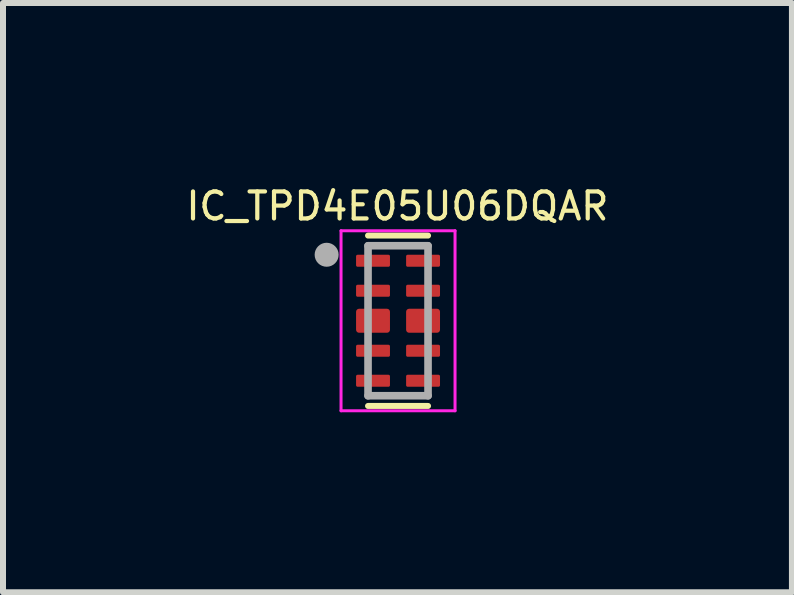
<source format=kicad_pcb>
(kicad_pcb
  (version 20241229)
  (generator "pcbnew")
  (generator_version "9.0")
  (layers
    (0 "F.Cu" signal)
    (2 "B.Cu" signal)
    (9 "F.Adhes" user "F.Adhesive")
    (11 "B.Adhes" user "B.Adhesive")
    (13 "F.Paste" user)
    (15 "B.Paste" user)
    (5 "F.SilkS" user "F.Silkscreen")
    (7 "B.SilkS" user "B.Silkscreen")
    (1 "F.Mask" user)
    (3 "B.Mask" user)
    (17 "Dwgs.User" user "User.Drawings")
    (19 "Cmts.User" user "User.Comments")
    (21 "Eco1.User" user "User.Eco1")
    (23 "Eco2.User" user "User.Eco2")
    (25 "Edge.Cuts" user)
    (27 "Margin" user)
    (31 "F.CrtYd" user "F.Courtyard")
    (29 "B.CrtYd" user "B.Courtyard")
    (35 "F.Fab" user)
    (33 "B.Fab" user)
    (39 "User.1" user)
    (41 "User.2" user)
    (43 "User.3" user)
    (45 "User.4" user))
  (footprint "IC_TPD4E05U06DQAR"
    (layer "F.Cu")
    (at 3.584 2.296)
    (property "Reference" "IC_TPD4E05U06DQAR" (at -0.01 -1.91 0) (layer "F.SilkS") (effects (font (size 0.45 0.45) (thickness 0.07))))
    (attr smd)
    (fp_poly (pts (xy -0.77 1.12) (xy -0.77 0.88) (xy -0.77 0.877) (xy -0.77 0.875) (xy -0.769 0.872) (xy -0.769 0.87) (xy -0.768 0.867) (xy -0.768 0.865) (xy -0.767 0.862) (xy -0.766 0.86) (xy -0.765 0.857) (xy -0.763 0.855) (xy -0.762 0.853) (xy -0.76 0.851) (xy -0.759 0.849) (xy -0.757 0.847) (xy -0.755 0.845) (xy -0.753 0.843) (xy -0.751 0.841) (xy -0.749 0.84) (xy -0.747 0.838) (xy -0.745 0.837) (xy -0.743 0.835) (xy -0.74 0.834) (xy -0.738 0.833) (xy -0.735 0.832) (xy -0.733 0.832) (xy -0.73 0.831) (xy -0.728 0.831) (xy -0.725 0.83) (xy -0.723 0.83) (xy -0.72 0.83) (xy -0.115 0.83) (xy -0.112 0.83) (xy -0.11 0.83) (xy -0.107 0.831) (xy -0.105 0.831) (xy -0.102 0.832) (xy -0.1 0.832) (xy -0.097 0.833) (xy -0.095 0.834) (xy -0.092 0.835) (xy -0.09 0.837) (xy -0.088 0.838) (xy -0.086 0.84) (xy -0.084 0.841) (xy -0.082 0.843) (xy -0.08 0.845) (xy -0.078 0.847) (xy -0.076 0.849) (xy -0.075 0.851) (xy -0.073 0.853) (xy -0.072 0.855) (xy -0.07 0.857) (xy -0.069 0.86) (xy -0.068 0.862) (xy -0.067 0.865) (xy -0.067 0.867) (xy -0.066 0.87) (xy -0.066 0.872) (xy -0.065 0.875) (xy -0.065 0.877) (xy -0.065 0.88) (xy -0.065 1.12) (xy -0.065 1.123) (xy -0.065 1.125) (xy -0.066 1.128) (xy -0.066 1.13) (xy -0.067 1.133) (xy -0.067 1.135) (xy -0.068 1.138) (xy -0.069 1.14) (xy -0.07 1.143) (xy -0.072 1.145) (xy -0.073 1.147) (xy -0.075 1.149) (xy -0.076 1.151) (xy -0.078 1.153) (xy -0.08 1.155) (xy -0.082 1.157) (xy -0.084 1.159) (xy -0.086 1.16) (xy -0.088 1.162) (xy -0.09 1.163) (xy -0.092 1.165) (xy -0.095 1.166) (xy -0.097 1.167) (xy -0.1 1.168) (xy -0.102 1.168) (xy -0.105 1.169) (xy -0.107 1.169) (xy -0.11 1.17) (xy -0.112 1.17) (xy -0.115 1.17) (xy -0.72 1.17) (xy -0.723 1.17) (xy -0.725 1.17) (xy -0.728 1.169) (xy -0.73 1.169) (xy -0.733 1.168) (xy -0.735 1.168) (xy -0.738 1.167) (xy -0.74 1.166) (xy -0.743 1.165) (xy -0.745 1.163) (xy -0.747 1.162) (xy -0.749 1.16) (xy -0.751 1.159) (xy -0.753 1.157) (xy -0.755 1.155) (xy -0.757 1.153) (xy -0.759 1.151) (xy -0.76 1.149) (xy -0.762 1.147) (xy -0.763 1.145) (xy -0.765 1.143) (xy -0.766 1.14) (xy -0.767 1.138) (xy -0.768 1.135) (xy -0.768 1.133) (xy -0.769 1.13) (xy -0.769 1.128) (xy -0.77 1.125) (xy -0.77 1.123) (xy -0.77 1.12)) (stroke (width 0.01) (type solid)) (fill yes) (layer "F.Mask"))
    (fp_poly (pts (xy -0.72 -1.17) (xy -0.115 -1.17) (xy -0.112 -1.17) (xy -0.11 -1.17) (xy -0.107 -1.169) (xy -0.105 -1.169) (xy -0.102 -1.168) (xy -0.1 -1.168) (xy -0.097 -1.167) (xy -0.095 -1.166) (xy -0.092 -1.165) (xy -0.09 -1.163) (xy -0.088 -1.162) (xy -0.086 -1.16) (xy -0.084 -1.159) (xy -0.082 -1.157) (xy -0.08 -1.155) (xy -0.078 -1.153) (xy -0.076 -1.151) (xy -0.075 -1.149) (xy -0.073 -1.147) (xy -0.072 -1.145) (xy -0.07 -1.143) (xy -0.069 -1.14) (xy -0.068 -1.138) (xy -0.067 -1.135) (xy -0.067 -1.133) (xy -0.066 -1.13) (xy -0.066 -1.128) (xy -0.065 -1.125) (xy -0.065 -1.123) (xy -0.065 -1.12) (xy -0.065 -0.88) (xy -0.065 -0.877) (xy -0.065 -0.875) (xy -0.066 -0.872) (xy -0.066 -0.87) (xy -0.067 -0.867) (xy -0.067 -0.865) (xy -0.068 -0.862) (xy -0.069 -0.86) (xy -0.07 -0.857) (xy -0.072 -0.855) (xy -0.073 -0.853) (xy -0.075 -0.851) (xy -0.076 -0.849) (xy -0.078 -0.847) (xy -0.08 -0.845) (xy -0.082 -0.843) (xy -0.084 -0.841) (xy -0.086 -0.84) (xy -0.088 -0.838) (xy -0.09 -0.837) (xy -0.092 -0.835) (xy -0.095 -0.834) (xy -0.097 -0.833) (xy -0.1 -0.832) (xy -0.102 -0.832) (xy -0.105 -0.831) (xy -0.107 -0.831) (xy -0.11 -0.83) (xy -0.112 -0.83) (xy -0.115 -0.83) (xy -0.72 -0.83) (xy -0.723 -0.83) (xy -0.725 -0.83) (xy -0.728 -0.831) (xy -0.73 -0.831) (xy -0.733 -0.832) (xy -0.735 -0.832) (xy -0.738 -0.833) (xy -0.74 -0.834) (xy -0.743 -0.835) (xy -0.745 -0.837) (xy -0.747 -0.838) (xy -0.749 -0.84) (xy -0.751 -0.841) (xy -0.753 -0.843) (xy -0.755 -0.845) (xy -0.757 -0.847) (xy -0.759 -0.849) (xy -0.76 -0.851) (xy -0.762 -0.853) (xy -0.763 -0.855) (xy -0.765 -0.857) (xy -0.766 -0.86) (xy -0.767 -0.862) (xy -0.768 -0.865) (xy -0.768 -0.867) (xy -0.769 -0.87) (xy -0.769 -0.872) (xy -0.77 -0.875) (xy -0.77 -0.877) (xy -0.77 -0.88) (xy -0.77 -1.12) (xy -0.77 -1.123) (xy -0.77 -1.125) (xy -0.769 -1.128) (xy -0.769 -1.13) (xy -0.768 -1.133) (xy -0.768 -1.135) (xy -0.767 -1.138) (xy -0.766 -1.14) (xy -0.765 -1.143) (xy -0.763 -1.145) (xy -0.762 -1.147) (xy -0.76 -1.149) (xy -0.759 -1.151) (xy -0.757 -1.153) (xy -0.755 -1.155) (xy -0.753 -1.157) (xy -0.751 -1.159) (xy -0.749 -1.16) (xy -0.747 -1.162) (xy -0.745 -1.163) (xy -0.743 -1.165) (xy -0.74 -1.166) (xy -0.738 -1.167) (xy -0.735 -1.168) (xy -0.733 -1.168) (xy -0.73 -1.169) (xy -0.728 -1.169) (xy -0.725 -1.17) (xy -0.723 -1.17) (xy -0.72 -1.17)) (stroke (width 0.01) (type solid)) (fill yes) (layer "F.Mask"))
    (fp_poly (pts (xy -0.72 -0.27) (xy -0.115 -0.27) (xy -0.112 -0.27) (xy -0.11 -0.27) (xy -0.107 -0.269) (xy -0.105 -0.269) (xy -0.102 -0.268) (xy -0.1 -0.268) (xy -0.097 -0.267) (xy -0.095 -0.266) (xy -0.092 -0.265) (xy -0.09 -0.263) (xy -0.088 -0.262) (xy -0.086 -0.26) (xy -0.084 -0.259) (xy -0.082 -0.257) (xy -0.08 -0.255) (xy -0.078 -0.253) (xy -0.076 -0.251) (xy -0.075 -0.249) (xy -0.073 -0.247) (xy -0.072 -0.245) (xy -0.07 -0.243) (xy -0.069 -0.24) (xy -0.068 -0.238) (xy -0.067 -0.235) (xy -0.067 -0.233) (xy -0.066 -0.23) (xy -0.066 -0.228) (xy -0.065 -0.225) (xy -0.065 -0.223) (xy -0.065 -0.22) (xy -0.065 0.22) (xy -0.065 0.223) (xy -0.065 0.225) (xy -0.066 0.228) (xy -0.066 0.23) (xy -0.067 0.233) (xy -0.067 0.235) (xy -0.068 0.238) (xy -0.069 0.24) (xy -0.07 0.243) (xy -0.072 0.245) (xy -0.073 0.247) (xy -0.075 0.249) (xy -0.076 0.251) (xy -0.078 0.253) (xy -0.08 0.255) (xy -0.082 0.257) (xy -0.084 0.259) (xy -0.086 0.26) (xy -0.088 0.262) (xy -0.09 0.263) (xy -0.092 0.265) (xy -0.095 0.266) (xy -0.097 0.267) (xy -0.1 0.268) (xy -0.102 0.268) (xy -0.105 0.269) (xy -0.107 0.269) (xy -0.11 0.27) (xy -0.112 0.27) (xy -0.115 0.27) (xy -0.72 0.27) (xy -0.723 0.27) (xy -0.725 0.27) (xy -0.728 0.269) (xy -0.73 0.269) (xy -0.733 0.268) (xy -0.735 0.268) (xy -0.738 0.267) (xy -0.74 0.266) (xy -0.743 0.265) (xy -0.745 0.263) (xy -0.747 0.262) (xy -0.749 0.26) (xy -0.751 0.259) (xy -0.753 0.257) (xy -0.755 0.255) (xy -0.757 0.253) (xy -0.759 0.251) (xy -0.76 0.249) (xy -0.762 0.247) (xy -0.763 0.245) (xy -0.765 0.243) (xy -0.766 0.24) (xy -0.767 0.238) (xy -0.768 0.235) (xy -0.768 0.233) (xy -0.769 0.23) (xy -0.769 0.228) (xy -0.77 0.225) (xy -0.77 0.223) (xy -0.77 0.22) (xy -0.77 -0.22) (xy -0.77 -0.223) (xy -0.77 -0.225) (xy -0.769 -0.228) (xy -0.769 -0.23) (xy -0.768 -0.233) (xy -0.768 -0.235) (xy -0.767 -0.238) (xy -0.766 -0.24) (xy -0.765 -0.243) (xy -0.763 -0.245) (xy -0.762 -0.247) (xy -0.76 -0.249) (xy -0.759 -0.251) (xy -0.757 -0.253) (xy -0.755 -0.255) (xy -0.753 -0.257) (xy -0.751 -0.259) (xy -0.749 -0.26) (xy -0.747 -0.262) (xy -0.745 -0.263) (xy -0.743 -0.265) (xy -0.74 -0.266) (xy -0.738 -0.267) (xy -0.735 -0.268) (xy -0.733 -0.268) (xy -0.73 -0.269) (xy -0.728 -0.269) (xy -0.725 -0.27) (xy -0.723 -0.27) (xy -0.72 -0.27)) (stroke (width 0.01) (type solid)) (fill yes) (layer "F.Mask"))
    (fp_poly (pts (xy -0.065 -0.62) (xy -0.065 -0.38) (xy -0.065 -0.377) (xy -0.065 -0.375) (xy -0.066 -0.372) (xy -0.066 -0.37) (xy -0.067 -0.367) (xy -0.067 -0.365) (xy -0.068 -0.362) (xy -0.069 -0.36) (xy -0.07 -0.357) (xy -0.072 -0.355) (xy -0.073 -0.353) (xy -0.075 -0.351) (xy -0.076 -0.349) (xy -0.078 -0.347) (xy -0.08 -0.345) (xy -0.082 -0.343) (xy -0.084 -0.341) (xy -0.086 -0.34) (xy -0.088 -0.338) (xy -0.09 -0.337) (xy -0.092 -0.335) (xy -0.095 -0.334) (xy -0.097 -0.333) (xy -0.1 -0.332) (xy -0.102 -0.332) (xy -0.105 -0.331) (xy -0.107 -0.331) (xy -0.11 -0.33) (xy -0.112 -0.33) (xy -0.115 -0.33) (xy -0.72 -0.33) (xy -0.723 -0.33) (xy -0.725 -0.33) (xy -0.728 -0.331) (xy -0.73 -0.331) (xy -0.733 -0.332) (xy -0.735 -0.332) (xy -0.738 -0.333) (xy -0.74 -0.334) (xy -0.743 -0.335) (xy -0.745 -0.337) (xy -0.747 -0.338) (xy -0.749 -0.34) (xy -0.751 -0.341) (xy -0.753 -0.343) (xy -0.755 -0.345) (xy -0.757 -0.347) (xy -0.759 -0.349) (xy -0.76 -0.351) (xy -0.762 -0.353) (xy -0.763 -0.355) (xy -0.765 -0.357) (xy -0.766 -0.36) (xy -0.767 -0.362) (xy -0.768 -0.365) (xy -0.768 -0.367) (xy -0.769 -0.37) (xy -0.769 -0.372) (xy -0.77 -0.375) (xy -0.77 -0.377) (xy -0.77 -0.38) (xy -0.77 -0.62) (xy -0.77 -0.623) (xy -0.77 -0.625) (xy -0.769 -0.628) (xy -0.769 -0.63) (xy -0.768 -0.633) (xy -0.768 -0.635) (xy -0.767 -0.638) (xy -0.766 -0.64) (xy -0.765 -0.643) (xy -0.763 -0.645) (xy -0.762 -0.647) (xy -0.76 -0.649) (xy -0.759 -0.651) (xy -0.757 -0.653) (xy -0.755 -0.655) (xy -0.753 -0.657) (xy -0.751 -0.659) (xy -0.749 -0.66) (xy -0.747 -0.662) (xy -0.745 -0.663) (xy -0.743 -0.665) (xy -0.74 -0.666) (xy -0.738 -0.667) (xy -0.735 -0.668) (xy -0.733 -0.668) (xy -0.73 -0.669) (xy -0.728 -0.669) (xy -0.725 -0.67) (xy -0.723 -0.67) (xy -0.72 -0.67) (xy -0.115 -0.67) (xy -0.112 -0.67) (xy -0.11 -0.67) (xy -0.107 -0.669) (xy -0.105 -0.669) (xy -0.102 -0.668) (xy -0.1 -0.668) (xy -0.097 -0.667) (xy -0.095 -0.666) (xy -0.092 -0.665) (xy -0.09 -0.663) (xy -0.088 -0.662) (xy -0.086 -0.66) (xy -0.084 -0.659) (xy -0.082 -0.657) (xy -0.08 -0.655) (xy -0.078 -0.653) (xy -0.076 -0.651) (xy -0.075 -0.649) (xy -0.073 -0.647) (xy -0.072 -0.645) (xy -0.07 -0.643) (xy -0.069 -0.64) (xy -0.068 -0.638) (xy -0.067 -0.635) (xy -0.067 -0.633) (xy -0.066 -0.63) (xy -0.066 -0.628) (xy -0.065 -0.625) (xy -0.065 -0.623) (xy -0.065 -0.62)) (stroke (width 0.01) (type solid)) (fill yes) (layer "F.Mask"))
    (fp_poly (pts (xy -0.065 0.38) (xy -0.065 0.62) (xy -0.065 0.623) (xy -0.065 0.625) (xy -0.066 0.628) (xy -0.066 0.63) (xy -0.067 0.633) (xy -0.067 0.635) (xy -0.068 0.638) (xy -0.069 0.64) (xy -0.07 0.643) (xy -0.072 0.645) (xy -0.073 0.647) (xy -0.075 0.649) (xy -0.076 0.651) (xy -0.078 0.653) (xy -0.08 0.655) (xy -0.082 0.657) (xy -0.084 0.659) (xy -0.086 0.66) (xy -0.088 0.662) (xy -0.09 0.663) (xy -0.092 0.665) (xy -0.095 0.666) (xy -0.097 0.667) (xy -0.1 0.668) (xy -0.102 0.668) (xy -0.105 0.669) (xy -0.107 0.669) (xy -0.11 0.67) (xy -0.112 0.67) (xy -0.115 0.67) (xy -0.72 0.67) (xy -0.723 0.67) (xy -0.725 0.67) (xy -0.728 0.669) (xy -0.73 0.669) (xy -0.733 0.668) (xy -0.735 0.668) (xy -0.738 0.667) (xy -0.74 0.666) (xy -0.743 0.665) (xy -0.745 0.663) (xy -0.747 0.662) (xy -0.749 0.66) (xy -0.751 0.659) (xy -0.753 0.657) (xy -0.755 0.655) (xy -0.757 0.653) (xy -0.759 0.651) (xy -0.76 0.649) (xy -0.762 0.647) (xy -0.763 0.645) (xy -0.765 0.643) (xy -0.766 0.64) (xy -0.767 0.638) (xy -0.768 0.635) (xy -0.768 0.633) (xy -0.769 0.63) (xy -0.769 0.628) (xy -0.77 0.625) (xy -0.77 0.623) (xy -0.77 0.62) (xy -0.77 0.38) (xy -0.77 0.377) (xy -0.77 0.375) (xy -0.769 0.372) (xy -0.769 0.37) (xy -0.768 0.367) (xy -0.768 0.365) (xy -0.767 0.362) (xy -0.766 0.36) (xy -0.765 0.357) (xy -0.763 0.355) (xy -0.762 0.353) (xy -0.76 0.351) (xy -0.759 0.349) (xy -0.757 0.347) (xy -0.755 0.345) (xy -0.753 0.343) (xy -0.751 0.341) (xy -0.749 0.34) (xy -0.747 0.338) (xy -0.745 0.337) (xy -0.743 0.335) (xy -0.74 0.334) (xy -0.738 0.333) (xy -0.735 0.332) (xy -0.733 0.332) (xy -0.73 0.331) (xy -0.728 0.331) (xy -0.725 0.33) (xy -0.723 0.33) (xy -0.72 0.33) (xy -0.115 0.33) (xy -0.112 0.33) (xy -0.11 0.33) (xy -0.107 0.331) (xy -0.105 0.331) (xy -0.102 0.332) (xy -0.1 0.332) (xy -0.097 0.333) (xy -0.095 0.334) (xy -0.092 0.335) (xy -0.09 0.337) (xy -0.088 0.338) (xy -0.086 0.34) (xy -0.084 0.341) (xy -0.082 0.343) (xy -0.08 0.345) (xy -0.078 0.347) (xy -0.076 0.349) (xy -0.075 0.351) (xy -0.073 0.353) (xy -0.072 0.355) (xy -0.07 0.357) (xy -0.069 0.36) (xy -0.068 0.362) (xy -0.067 0.365) (xy -0.067 0.367) (xy -0.066 0.37) (xy -0.066 0.372) (xy -0.065 0.375) (xy -0.065 0.377) (xy -0.065 0.38)) (stroke (width 0.01) (type solid)) (fill yes) (layer "F.Mask"))
    (fp_poly (pts (xy 0.065 -0.38) (xy 0.065 -0.62) (xy 0.065 -0.623) (xy 0.065 -0.625) (xy 0.066 -0.628) (xy 0.066 -0.63) (xy 0.067 -0.633) (xy 0.067 -0.635) (xy 0.068 -0.638) (xy 0.069 -0.64) (xy 0.07 -0.643) (xy 0.072 -0.645) (xy 0.073 -0.647) (xy 0.075 -0.649) (xy 0.076 -0.651) (xy 0.078 -0.653) (xy 0.08 -0.655) (xy 0.082 -0.657) (xy 0.084 -0.659) (xy 0.086 -0.66) (xy 0.088 -0.662) (xy 0.09 -0.663) (xy 0.092 -0.665) (xy 0.095 -0.666) (xy 0.097 -0.667) (xy 0.1 -0.668) (xy 0.102 -0.668) (xy 0.105 -0.669) (xy 0.107 -0.669) (xy 0.11 -0.67) (xy 0.112 -0.67) (xy 0.115 -0.67) (xy 0.72 -0.67) (xy 0.723 -0.67) (xy 0.725 -0.67) (xy 0.728 -0.669) (xy 0.73 -0.669) (xy 0.733 -0.668) (xy 0.735 -0.668) (xy 0.738 -0.667) (xy 0.74 -0.666) (xy 0.743 -0.665) (xy 0.745 -0.663) (xy 0.747 -0.662) (xy 0.749 -0.66) (xy 0.751 -0.659) (xy 0.753 -0.657) (xy 0.755 -0.655) (xy 0.757 -0.653) (xy 0.759 -0.651) (xy 0.76 -0.649) (xy 0.762 -0.647) (xy 0.763 -0.645) (xy 0.765 -0.643) (xy 0.766 -0.64) (xy 0.767 -0.638) (xy 0.768 -0.635) (xy 0.768 -0.633) (xy 0.769 -0.63) (xy 0.769 -0.628) (xy 0.77 -0.625) (xy 0.77 -0.623) (xy 0.77 -0.62) (xy 0.77 -0.38) (xy 0.77 -0.377) (xy 0.77 -0.375) (xy 0.769 -0.372) (xy 0.769 -0.37) (xy 0.768 -0.367) (xy 0.768 -0.365) (xy 0.767 -0.362) (xy 0.766 -0.36) (xy 0.765 -0.357) (xy 0.763 -0.355) (xy 0.762 -0.353) (xy 0.76 -0.351) (xy 0.759 -0.349) (xy 0.757 -0.347) (xy 0.755 -0.345) (xy 0.753 -0.343) (xy 0.751 -0.341) (xy 0.749 -0.34) (xy 0.747 -0.338) (xy 0.745 -0.337) (xy 0.743 -0.335) (xy 0.74 -0.334) (xy 0.738 -0.333) (xy 0.735 -0.332) (xy 0.733 -0.332) (xy 0.73 -0.331) (xy 0.728 -0.331) (xy 0.725 -0.33) (xy 0.723 -0.33) (xy 0.72 -0.33) (xy 0.115 -0.33) (xy 0.112 -0.33) (xy 0.11 -0.33) (xy 0.107 -0.331) (xy 0.105 -0.331) (xy 0.102 -0.332) (xy 0.1 -0.332) (xy 0.097 -0.333) (xy 0.095 -0.334) (xy 0.092 -0.335) (xy 0.09 -0.337) (xy 0.088 -0.338) (xy 0.086 -0.34) (xy 0.084 -0.341) (xy 0.082 -0.343) (xy 0.08 -0.345) (xy 0.078 -0.347) (xy 0.076 -0.349) (xy 0.075 -0.351) (xy 0.073 -0.353) (xy 0.072 -0.355) (xy 0.07 -0.357) (xy 0.069 -0.36) (xy 0.068 -0.362) (xy 0.067 -0.365) (xy 0.067 -0.367) (xy 0.066 -0.37) (xy 0.066 -0.372) (xy 0.065 -0.375) (xy 0.065 -0.377) (xy 0.065 -0.38)) (stroke (width 0.01) (type solid)) (fill yes) (layer "F.Mask"))
    (fp_poly (pts (xy 0.065 0.62) (xy 0.065 0.38) (xy 0.065 0.377) (xy 0.065 0.375) (xy 0.066 0.372) (xy 0.066 0.37) (xy 0.067 0.367) (xy 0.067 0.365) (xy 0.068 0.362) (xy 0.069 0.36) (xy 0.07 0.357) (xy 0.072 0.355) (xy 0.073 0.353) (xy 0.075 0.351) (xy 0.076 0.349) (xy 0.078 0.347) (xy 0.08 0.345) (xy 0.082 0.343) (xy 0.084 0.341) (xy 0.086 0.34) (xy 0.088 0.338) (xy 0.09 0.337) (xy 0.092 0.335) (xy 0.095 0.334) (xy 0.097 0.333) (xy 0.1 0.332) (xy 0.102 0.332) (xy 0.105 0.331) (xy 0.107 0.331) (xy 0.11 0.33) (xy 0.112 0.33) (xy 0.115 0.33) (xy 0.72 0.33) (xy 0.723 0.33) (xy 0.725 0.33) (xy 0.728 0.331) (xy 0.73 0.331) (xy 0.733 0.332) (xy 0.735 0.332) (xy 0.738 0.333) (xy 0.74 0.334) (xy 0.743 0.335) (xy 0.745 0.337) (xy 0.747 0.338) (xy 0.749 0.34) (xy 0.751 0.341) (xy 0.753 0.343) (xy 0.755 0.345) (xy 0.757 0.347) (xy 0.759 0.349) (xy 0.76 0.351) (xy 0.762 0.353) (xy 0.763 0.355) (xy 0.765 0.357) (xy 0.766 0.36) (xy 0.767 0.362) (xy 0.768 0.365) (xy 0.768 0.367) (xy 0.769 0.37) (xy 0.769 0.372) (xy 0.77 0.375) (xy 0.77 0.377) (xy 0.77 0.38) (xy 0.77 0.62) (xy 0.77 0.623) (xy 0.77 0.625) (xy 0.769 0.628) (xy 0.769 0.63) (xy 0.768 0.633) (xy 0.768 0.635) (xy 0.767 0.638) (xy 0.766 0.64) (xy 0.765 0.643) (xy 0.763 0.645) (xy 0.762 0.647) (xy 0.76 0.649) (xy 0.759 0.651) (xy 0.757 0.653) (xy 0.755 0.655) (xy 0.753 0.657) (xy 0.751 0.659) (xy 0.749 0.66) (xy 0.747 0.662) (xy 0.745 0.663) (xy 0.743 0.665) (xy 0.74 0.666) (xy 0.738 0.667) (xy 0.735 0.668) (xy 0.733 0.668) (xy 0.73 0.669) (xy 0.728 0.669) (xy 0.725 0.67) (xy 0.723 0.67) (xy 0.72 0.67) (xy 0.115 0.67) (xy 0.112 0.67) (xy 0.11 0.67) (xy 0.107 0.669) (xy 0.105 0.669) (xy 0.102 0.668) (xy 0.1 0.668) (xy 0.097 0.667) (xy 0.095 0.666) (xy 0.092 0.665) (xy 0.09 0.663) (xy 0.088 0.662) (xy 0.086 0.66) (xy 0.084 0.659) (xy 0.082 0.657) (xy 0.08 0.655) (xy 0.078 0.653) (xy 0.076 0.651) (xy 0.075 0.649) (xy 0.073 0.647) (xy 0.072 0.645) (xy 0.07 0.643) (xy 0.069 0.64) (xy 0.068 0.638) (xy 0.067 0.635) (xy 0.067 0.633) (xy 0.066 0.63) (xy 0.066 0.628) (xy 0.065 0.625) (xy 0.065 0.623) (xy 0.065 0.62)) (stroke (width 0.01) (type solid)) (fill yes) (layer "F.Mask"))
    (fp_poly (pts (xy 0.115 -1.17) (xy 0.72 -1.17) (xy 0.723 -1.17) (xy 0.725 -1.17) (xy 0.728 -1.169) (xy 0.73 -1.169) (xy 0.733 -1.168) (xy 0.735 -1.168) (xy 0.738 -1.167) (xy 0.74 -1.166) (xy 0.743 -1.165) (xy 0.745 -1.163) (xy 0.747 -1.162) (xy 0.749 -1.16) (xy 0.751 -1.159) (xy 0.753 -1.157) (xy 0.755 -1.155) (xy 0.757 -1.153) (xy 0.759 -1.151) (xy 0.76 -1.149) (xy 0.762 -1.147) (xy 0.763 -1.145) (xy 0.765 -1.143) (xy 0.766 -1.14) (xy 0.767 -1.138) (xy 0.768 -1.135) (xy 0.768 -1.133) (xy 0.769 -1.13) (xy 0.769 -1.128) (xy 0.77 -1.125) (xy 0.77 -1.123) (xy 0.77 -1.12) (xy 0.77 -0.88) (xy 0.77 -0.877) (xy 0.77 -0.875) (xy 0.769 -0.872) (xy 0.769 -0.87) (xy 0.768 -0.867) (xy 0.768 -0.865) (xy 0.767 -0.862) (xy 0.766 -0.86) (xy 0.765 -0.857) (xy 0.763 -0.855) (xy 0.762 -0.853) (xy 0.76 -0.851) (xy 0.759 -0.849) (xy 0.757 -0.847) (xy 0.755 -0.845) (xy 0.753 -0.843) (xy 0.751 -0.841) (xy 0.749 -0.84) (xy 0.747 -0.838) (xy 0.745 -0.837) (xy 0.743 -0.835) (xy 0.74 -0.834) (xy 0.738 -0.833) (xy 0.735 -0.832) (xy 0.733 -0.832) (xy 0.73 -0.831) (xy 0.728 -0.831) (xy 0.725 -0.83) (xy 0.723 -0.83) (xy 0.72 -0.83) (xy 0.115 -0.83) (xy 0.112 -0.83) (xy 0.11 -0.83) (xy 0.107 -0.831) (xy 0.105 -0.831) (xy 0.102 -0.832) (xy 0.1 -0.832) (xy 0.097 -0.833) (xy 0.095 -0.834) (xy 0.092 -0.835) (xy 0.09 -0.837) (xy 0.088 -0.838) (xy 0.086 -0.84) (xy 0.084 -0.841) (xy 0.082 -0.843) (xy 0.08 -0.845) (xy 0.078 -0.847) (xy 0.076 -0.849) (xy 0.075 -0.851) (xy 0.073 -0.853) (xy 0.072 -0.855) (xy 0.07 -0.857) (xy 0.069 -0.86) (xy 0.068 -0.862) (xy 0.067 -0.865) (xy 0.067 -0.867) (xy 0.066 -0.87) (xy 0.066 -0.872) (xy 0.065 -0.875) (xy 0.065 -0.877) (xy 0.065 -0.88) (xy 0.065 -1.12) (xy 0.065 -1.123) (xy 0.065 -1.125) (xy 0.066 -1.128) (xy 0.066 -1.13) (xy 0.067 -1.133) (xy 0.067 -1.135) (xy 0.068 -1.138) (xy 0.069 -1.14) (xy 0.07 -1.143) (xy 0.072 -1.145) (xy 0.073 -1.147) (xy 0.075 -1.149) (xy 0.076 -1.151) (xy 0.078 -1.153) (xy 0.08 -1.155) (xy 0.082 -1.157) (xy 0.084 -1.159) (xy 0.086 -1.16) (xy 0.088 -1.162) (xy 0.09 -1.163) (xy 0.092 -1.165) (xy 0.095 -1.166) (xy 0.097 -1.167) (xy 0.1 -1.168) (xy 0.102 -1.168) (xy 0.105 -1.169) (xy 0.107 -1.169) (xy 0.11 -1.17) (xy 0.112 -1.17) (xy 0.115 -1.17)) (stroke (width 0.01) (type solid)) (fill yes) (layer "F.Mask"))
    (fp_poly (pts (xy 0.115 -0.27) (xy 0.72 -0.27) (xy 0.723 -0.27) (xy 0.725 -0.27) (xy 0.728 -0.269) (xy 0.73 -0.269) (xy 0.733 -0.268) (xy 0.735 -0.268) (xy 0.738 -0.267) (xy 0.74 -0.266) (xy 0.743 -0.265) (xy 0.745 -0.263) (xy 0.747 -0.262) (xy 0.749 -0.26) (xy 0.751 -0.259) (xy 0.753 -0.257) (xy 0.755 -0.255) (xy 0.757 -0.253) (xy 0.759 -0.251) (xy 0.76 -0.249) (xy 0.762 -0.247) (xy 0.763 -0.245) (xy 0.765 -0.243) (xy 0.766 -0.24) (xy 0.767 -0.238) (xy 0.768 -0.235) (xy 0.768 -0.233) (xy 0.769 -0.23) (xy 0.769 -0.228) (xy 0.77 -0.225) (xy 0.77 -0.223) (xy 0.77 -0.22) (xy 0.77 0.22) (xy 0.77 0.223) (xy 0.77 0.225) (xy 0.769 0.228) (xy 0.769 0.23) (xy 0.768 0.233) (xy 0.768 0.235) (xy 0.767 0.238) (xy 0.766 0.24) (xy 0.765 0.243) (xy 0.763 0.245) (xy 0.762 0.247) (xy 0.76 0.249) (xy 0.759 0.251) (xy 0.757 0.253) (xy 0.755 0.255) (xy 0.753 0.257) (xy 0.751 0.259) (xy 0.749 0.26) (xy 0.747 0.262) (xy 0.745 0.263) (xy 0.743 0.265) (xy 0.74 0.266) (xy 0.738 0.267) (xy 0.735 0.268) (xy 0.733 0.268) (xy 0.73 0.269) (xy 0.728 0.269) (xy 0.725 0.27) (xy 0.723 0.27) (xy 0.72 0.27) (xy 0.115 0.27) (xy 0.112 0.27) (xy 0.11 0.27) (xy 0.107 0.269) (xy 0.105 0.269) (xy 0.102 0.268) (xy 0.1 0.268) (xy 0.097 0.267) (xy 0.095 0.266) (xy 0.092 0.265) (xy 0.09 0.263) (xy 0.088 0.262) (xy 0.086 0.26) (xy 0.084 0.259) (xy 0.082 0.257) (xy 0.08 0.255) (xy 0.078 0.253) (xy 0.076 0.251) (xy 0.075 0.249) (xy 0.073 0.247) (xy 0.072 0.245) (xy 0.07 0.243) (xy 0.069 0.24) (xy 0.068 0.238) (xy 0.067 0.235) (xy 0.067 0.233) (xy 0.066 0.23) (xy 0.066 0.228) (xy 0.065 0.225) (xy 0.065 0.223) (xy 0.065 0.22) (xy 0.065 -0.22) (xy 0.065 -0.223) (xy 0.065 -0.225) (xy 0.066 -0.228) (xy 0.066 -0.23) (xy 0.067 -0.233) (xy 0.067 -0.235) (xy 0.068 -0.238) (xy 0.069 -0.24) (xy 0.07 -0.243) (xy 0.072 -0.245) (xy 0.073 -0.247) (xy 0.075 -0.249) (xy 0.076 -0.251) (xy 0.078 -0.253) (xy 0.08 -0.255) (xy 0.082 -0.257) (xy 0.084 -0.259) (xy 0.086 -0.26) (xy 0.088 -0.262) (xy 0.09 -0.263) (xy 0.092 -0.265) (xy 0.095 -0.266) (xy 0.097 -0.267) (xy 0.1 -0.268) (xy 0.102 -0.268) (xy 0.105 -0.269) (xy 0.107 -0.269) (xy 0.11 -0.27) (xy 0.112 -0.27) (xy 0.115 -0.27)) (stroke (width 0.01) (type solid)) (fill yes) (layer "F.Mask"))
    (fp_poly (pts (xy 0.115 0.83) (xy 0.72 0.83) (xy 0.723 0.83) (xy 0.725 0.83) (xy 0.728 0.831) (xy 0.73 0.831) (xy 0.733 0.832) (xy 0.735 0.832) (xy 0.738 0.833) (xy 0.74 0.834) (xy 0.743 0.835) (xy 0.745 0.837) (xy 0.747 0.838) (xy 0.749 0.84) (xy 0.751 0.841) (xy 0.753 0.843) (xy 0.755 0.845) (xy 0.757 0.847) (xy 0.759 0.849) (xy 0.76 0.851) (xy 0.762 0.853) (xy 0.763 0.855) (xy 0.765 0.857) (xy 0.766 0.86) (xy 0.767 0.862) (xy 0.768 0.865) (xy 0.768 0.867) (xy 0.769 0.87) (xy 0.769 0.872) (xy 0.77 0.875) (xy 0.77 0.877) (xy 0.77 0.88) (xy 0.77 1.12) (xy 0.77 1.123) (xy 0.77 1.125) (xy 0.769 1.128) (xy 0.769 1.13) (xy 0.768 1.133) (xy 0.768 1.135) (xy 0.767 1.138) (xy 0.766 1.14) (xy 0.765 1.143) (xy 0.763 1.145) (xy 0.762 1.147) (xy 0.76 1.149) (xy 0.759 1.151) (xy 0.757 1.153) (xy 0.755 1.155) (xy 0.753 1.157) (xy 0.751 1.159) (xy 0.749 1.16) (xy 0.747 1.162) (xy 0.745 1.163) (xy 0.743 1.165) (xy 0.74 1.166) (xy 0.738 1.167) (xy 0.735 1.168) (xy 0.733 1.168) (xy 0.73 1.169) (xy 0.728 1.169) (xy 0.725 1.17) (xy 0.723 1.17) (xy 0.72 1.17) (xy 0.115 1.17) (xy 0.112 1.17) (xy 0.11 1.17) (xy 0.107 1.169) (xy 0.105 1.169) (xy 0.102 1.168) (xy 0.1 1.168) (xy 0.097 1.167) (xy 0.095 1.166) (xy 0.092 1.165) (xy 0.09 1.163) (xy 0.088 1.162) (xy 0.086 1.16) (xy 0.084 1.159) (xy 0.082 1.157) (xy 0.08 1.155) (xy 0.078 1.153) (xy 0.076 1.151) (xy 0.075 1.149) (xy 0.073 1.147) (xy 0.072 1.145) (xy 0.07 1.143) (xy 0.069 1.14) (xy 0.068 1.138) (xy 0.067 1.135) (xy 0.067 1.133) (xy 0.066 1.13) (xy 0.066 1.128) (xy 0.065 1.125) (xy 0.065 1.123) (xy 0.065 1.12) (xy 0.065 0.88) (xy 0.065 0.877) (xy 0.065 0.875) (xy 0.066 0.872) (xy 0.066 0.87) (xy 0.067 0.867) (xy 0.067 0.865) (xy 0.068 0.862) (xy 0.069 0.86) (xy 0.07 0.857) (xy 0.072 0.855) (xy 0.073 0.853) (xy 0.075 0.851) (xy 0.076 0.849) (xy 0.078 0.847) (xy 0.08 0.845) (xy 0.082 0.843) (xy 0.084 0.841) (xy 0.086 0.84) (xy 0.088 0.838) (xy 0.09 0.837) (xy 0.092 0.835) (xy 0.095 0.834) (xy 0.097 0.833) (xy 0.1 0.832) (xy 0.102 0.832) (xy 0.105 0.831) (xy 0.107 0.831) (xy 0.11 0.83) (xy 0.112 0.83) (xy 0.115 0.83)) (stroke (width 0.01) (type solid)) (fill yes) (layer "F.Mask"))
    (fp_line (start -0.5 -1.42) (end 0.5 -1.42) (stroke (width 0.1) (type solid)) (layer "F.SilkS"))
    (fp_line (start 0.5 1.42) (end -0.5 1.42) (stroke (width 0.1) (type solid)) (layer "F.SilkS"))
    (fp_circle (center -1.19 -1.1) (end -1.09 -1.1) (stroke (width 0.1) (type solid)) (fill yes) (layer "F.SilkS"))
    (fp_poly (pts (xy -0.65 -0.18) (xy -0.185 -0.18) (xy -0.182 -0.18) (xy -0.18 -0.18) (xy -0.177 -0.179) (xy -0.175 -0.179) (xy -0.172 -0.178) (xy -0.17 -0.178) (xy -0.167 -0.177) (xy -0.165 -0.176) (xy -0.162 -0.175) (xy -0.16 -0.173) (xy -0.158 -0.172) (xy -0.156 -0.17) (xy -0.154 -0.169) (xy -0.152 -0.167) (xy -0.15 -0.165) (xy -0.148 -0.163) (xy -0.146 -0.161) (xy -0.145 -0.159) (xy -0.143 -0.157) (xy -0.142 -0.155) (xy -0.14 -0.153) (xy -0.139 -0.15) (xy -0.138 -0.148) (xy -0.137 -0.145) (xy -0.137 -0.143) (xy -0.136 -0.14) (xy -0.136 -0.138) (xy -0.135 -0.135) (xy -0.135 -0.133) (xy -0.135 -0.13) (xy -0.135 0.13) (xy -0.135 0.133) (xy -0.135 0.135) (xy -0.136 0.138) (xy -0.136 0.14) (xy -0.137 0.143) (xy -0.137 0.145) (xy -0.138 0.148) (xy -0.139 0.15) (xy -0.14 0.153) (xy -0.142 0.155) (xy -0.143 0.157) (xy -0.145 0.159) (xy -0.146 0.161) (xy -0.148 0.163) (xy -0.15 0.165) (xy -0.152 0.167) (xy -0.154 0.169) (xy -0.156 0.17) (xy -0.158 0.172) (xy -0.16 0.173) (xy -0.162 0.175) (xy -0.165 0.176) (xy -0.167 0.177) (xy -0.17 0.178) (xy -0.172 0.178) (xy -0.175 0.179) (xy -0.177 0.179) (xy -0.18 0.18) (xy -0.182 0.18) (xy -0.185 0.18) (xy -0.65 0.18) (xy -0.653 0.18) (xy -0.655 0.18) (xy -0.658 0.179) (xy -0.66 0.179) (xy -0.663 0.178) (xy -0.665 0.178) (xy -0.668 0.177) (xy -0.67 0.176) (xy -0.673 0.175) (xy -0.675 0.173) (xy -0.677 0.172) (xy -0.679 0.17) (xy -0.681 0.169) (xy -0.683 0.167) (xy -0.685 0.165) (xy -0.687 0.163) (xy -0.689 0.161) (xy -0.69 0.159) (xy -0.692 0.157) (xy -0.693 0.155) (xy -0.695 0.153) (xy -0.696 0.15) (xy -0.697 0.148) (xy -0.698 0.145) (xy -0.698 0.143) (xy -0.699 0.14) (xy -0.699 0.138) (xy -0.7 0.135) (xy -0.7 0.133) (xy -0.7 0.13) (xy -0.7 -0.13) (xy -0.7 -0.133) (xy -0.7 -0.135) (xy -0.699 -0.138) (xy -0.699 -0.14) (xy -0.698 -0.143) (xy -0.698 -0.145) (xy -0.697 -0.148) (xy -0.696 -0.15) (xy -0.695 -0.153) (xy -0.693 -0.155) (xy -0.692 -0.157) (xy -0.69 -0.159) (xy -0.689 -0.161) (xy -0.687 -0.163) (xy -0.685 -0.165) (xy -0.683 -0.167) (xy -0.681 -0.169) (xy -0.679 -0.17) (xy -0.677 -0.172) (xy -0.675 -0.173) (xy -0.673 -0.175) (xy -0.67 -0.176) (xy -0.668 -0.177) (xy -0.665 -0.178) (xy -0.663 -0.178) (xy -0.66 -0.179) (xy -0.658 -0.179) (xy -0.655 -0.18) (xy -0.653 -0.18) (xy -0.65 -0.18)) (stroke (width 0.01) (type solid)) (fill yes) (layer "F.Paste"))
    (fp_poly (pts (xy 0.135 0.13) (xy 0.135 -0.13) (xy 0.135 -0.133) (xy 0.135 -0.135) (xy 0.136 -0.138) (xy 0.136 -0.14) (xy 0.137 -0.143) (xy 0.137 -0.145) (xy 0.138 -0.148) (xy 0.139 -0.15) (xy 0.14 -0.153) (xy 0.142 -0.155) (xy 0.143 -0.157) (xy 0.145 -0.159) (xy 0.146 -0.161) (xy 0.148 -0.163) (xy 0.15 -0.165) (xy 0.152 -0.167) (xy 0.154 -0.169) (xy 0.156 -0.17) (xy 0.158 -0.172) (xy 0.16 -0.173) (xy 0.162 -0.175) (xy 0.165 -0.176) (xy 0.167 -0.177) (xy 0.17 -0.178) (xy 0.172 -0.178) (xy 0.175 -0.179) (xy 0.177 -0.179) (xy 0.18 -0.18) (xy 0.182 -0.18) (xy 0.185 -0.18) (xy 0.65 -0.18) (xy 0.653 -0.18) (xy 0.655 -0.18) (xy 0.658 -0.179) (xy 0.66 -0.179) (xy 0.663 -0.178) (xy 0.665 -0.178) (xy 0.668 -0.177) (xy 0.67 -0.176) (xy 0.673 -0.175) (xy 0.675 -0.173) (xy 0.677 -0.172) (xy 0.679 -0.17) (xy 0.681 -0.169) (xy 0.683 -0.167) (xy 0.685 -0.165) (xy 0.687 -0.163) (xy 0.689 -0.161) (xy 0.69 -0.159) (xy 0.692 -0.157) (xy 0.693 -0.155) (xy 0.695 -0.153) (xy 0.696 -0.15) (xy 0.697 -0.148) (xy 0.698 -0.145) (xy 0.698 -0.143) (xy 0.699 -0.14) (xy 0.699 -0.138) (xy 0.7 -0.135) (xy 0.7 -0.133) (xy 0.7 -0.13) (xy 0.7 0.13) (xy 0.7 0.133) (xy 0.7 0.135) (xy 0.699 0.138) (xy 0.699 0.14) (xy 0.698 0.143) (xy 0.698 0.145) (xy 0.697 0.148) (xy 0.696 0.15) (xy 0.695 0.153) (xy 0.693 0.155) (xy 0.692 0.157) (xy 0.69 0.159) (xy 0.689 0.161) (xy 0.687 0.163) (xy 0.685 0.165) (xy 0.683 0.167) (xy 0.681 0.169) (xy 0.679 0.17) (xy 0.677 0.172) (xy 0.675 0.173) (xy 0.673 0.175) (xy 0.67 0.176) (xy 0.668 0.177) (xy 0.665 0.178) (xy 0.663 0.178) (xy 0.66 0.179) (xy 0.658 0.179) (xy 0.655 0.18) (xy 0.653 0.18) (xy 0.65 0.18) (xy 0.185 0.18) (xy 0.182 0.18) (xy 0.18 0.18) (xy 0.177 0.179) (xy 0.175 0.179) (xy 0.172 0.178) (xy 0.17 0.178) (xy 0.167 0.177) (xy 0.165 0.176) (xy 0.162 0.175) (xy 0.16 0.173) (xy 0.158 0.172) (xy 0.156 0.17) (xy 0.154 0.169) (xy 0.152 0.167) (xy 0.15 0.165) (xy 0.148 0.163) (xy 0.146 0.161) (xy 0.145 0.159) (xy 0.143 0.157) (xy 0.142 0.155) (xy 0.14 0.153) (xy 0.139 0.15) (xy 0.138 0.148) (xy 0.137 0.145) (xy 0.137 0.143) (xy 0.136 0.14) (xy 0.136 0.138) (xy 0.135 0.135) (xy 0.135 0.133) (xy 0.135 0.13)) (stroke (width 0.01) (type solid)) (fill yes) (layer "F.Paste"))
    (fp_line (start -0.95 -1.5) (end -0.95 1.5) (stroke (width 0.05) (type solid)) (layer "F.CrtYd"))
    (fp_line (start -0.95 1.5) (end 0.95 1.5) (stroke (width 0.05) (type solid)) (layer "F.CrtYd"))
    (fp_line (start 0.95 -1.5) (end -0.95 -1.5) (stroke (width 0.05) (type solid)) (layer "F.CrtYd"))
    (fp_line (start 0.95 1.5) (end 0.95 -1.5) (stroke (width 0.05) (type solid)) (layer "F.CrtYd"))
    (fp_line (start -0.5 -1.25) (end 0.5 -1.25) (stroke (width 0.127) (type solid)) (layer "F.Fab"))
    (fp_line (start -0.5 1.25) (end -0.5 -1.25) (stroke (width 0.127) (type solid)) (layer "F.Fab"))
    (fp_line (start 0.5 -1.25) (end 0.5 1.25) (stroke (width 0.127) (type solid)) (layer "F.Fab"))
    (fp_line (start 0.5 1.25) (end -0.5 1.25) (stroke (width 0.127) (type solid)) (layer "F.Fab"))
    (fp_circle (center -1.19 -1.1) (end -1.09 -1.1) (stroke (width 0.2) (type solid)) (fill no) (layer "F.Fab"))
    (pad "1" smd roundrect (at -0.417 -1) (size 0.565 0.2) (layers "F.Cu" "F.Paste") (roundrect_rratio 0.125))
    (pad "2" smd roundrect (at -0.417 -0.5) (size 0.565 0.2) (layers "F.Cu" "F.Paste") (roundrect_rratio 0.125))
    (pad "3" smd roundrect (at -0.417 0) (size 0.565 0.4) (layers "F.Cu") (roundrect_rratio 0.125))
    (pad "4" smd roundrect (at -0.417 0.5) (size 0.565 0.2) (layers "F.Cu" "F.Paste") (roundrect_rratio 0.125))
    (pad "5" smd roundrect (at -0.417 1) (size 0.565 0.2) (layers "F.Cu" "F.Paste") (roundrect_rratio 0.125))
    (pad "6" smd roundrect (at 0.417 1) (size 0.565 0.2) (layers "F.Cu" "F.Paste") (roundrect_rratio 0.125))
    (pad "7" smd roundrect (at 0.417 0.5) (size 0.565 0.2) (layers "F.Cu" "F.Paste") (roundrect_rratio 0.125))
    (pad "8" smd roundrect (at 0.417 0) (size 0.565 0.4) (layers "F.Cu") (roundrect_rratio 0.125))
    (pad "9" smd roundrect (at 0.417 -0.5) (size 0.565 0.2) (layers "F.Cu" "F.Paste") (roundrect_rratio 0.125))
    (pad "10" smd roundrect (at 0.417 -1) (size 0.565 0.2) (layers "F.Cu" "F.Paste") (roundrect_rratio 0.125)))
  (gr_rect
    (start -3 -3)
    (end 10.149 6.821)
    (stroke (width 0.1) (type default))
    (fill no)
    (layer "Edge.Cuts")))
</source>
